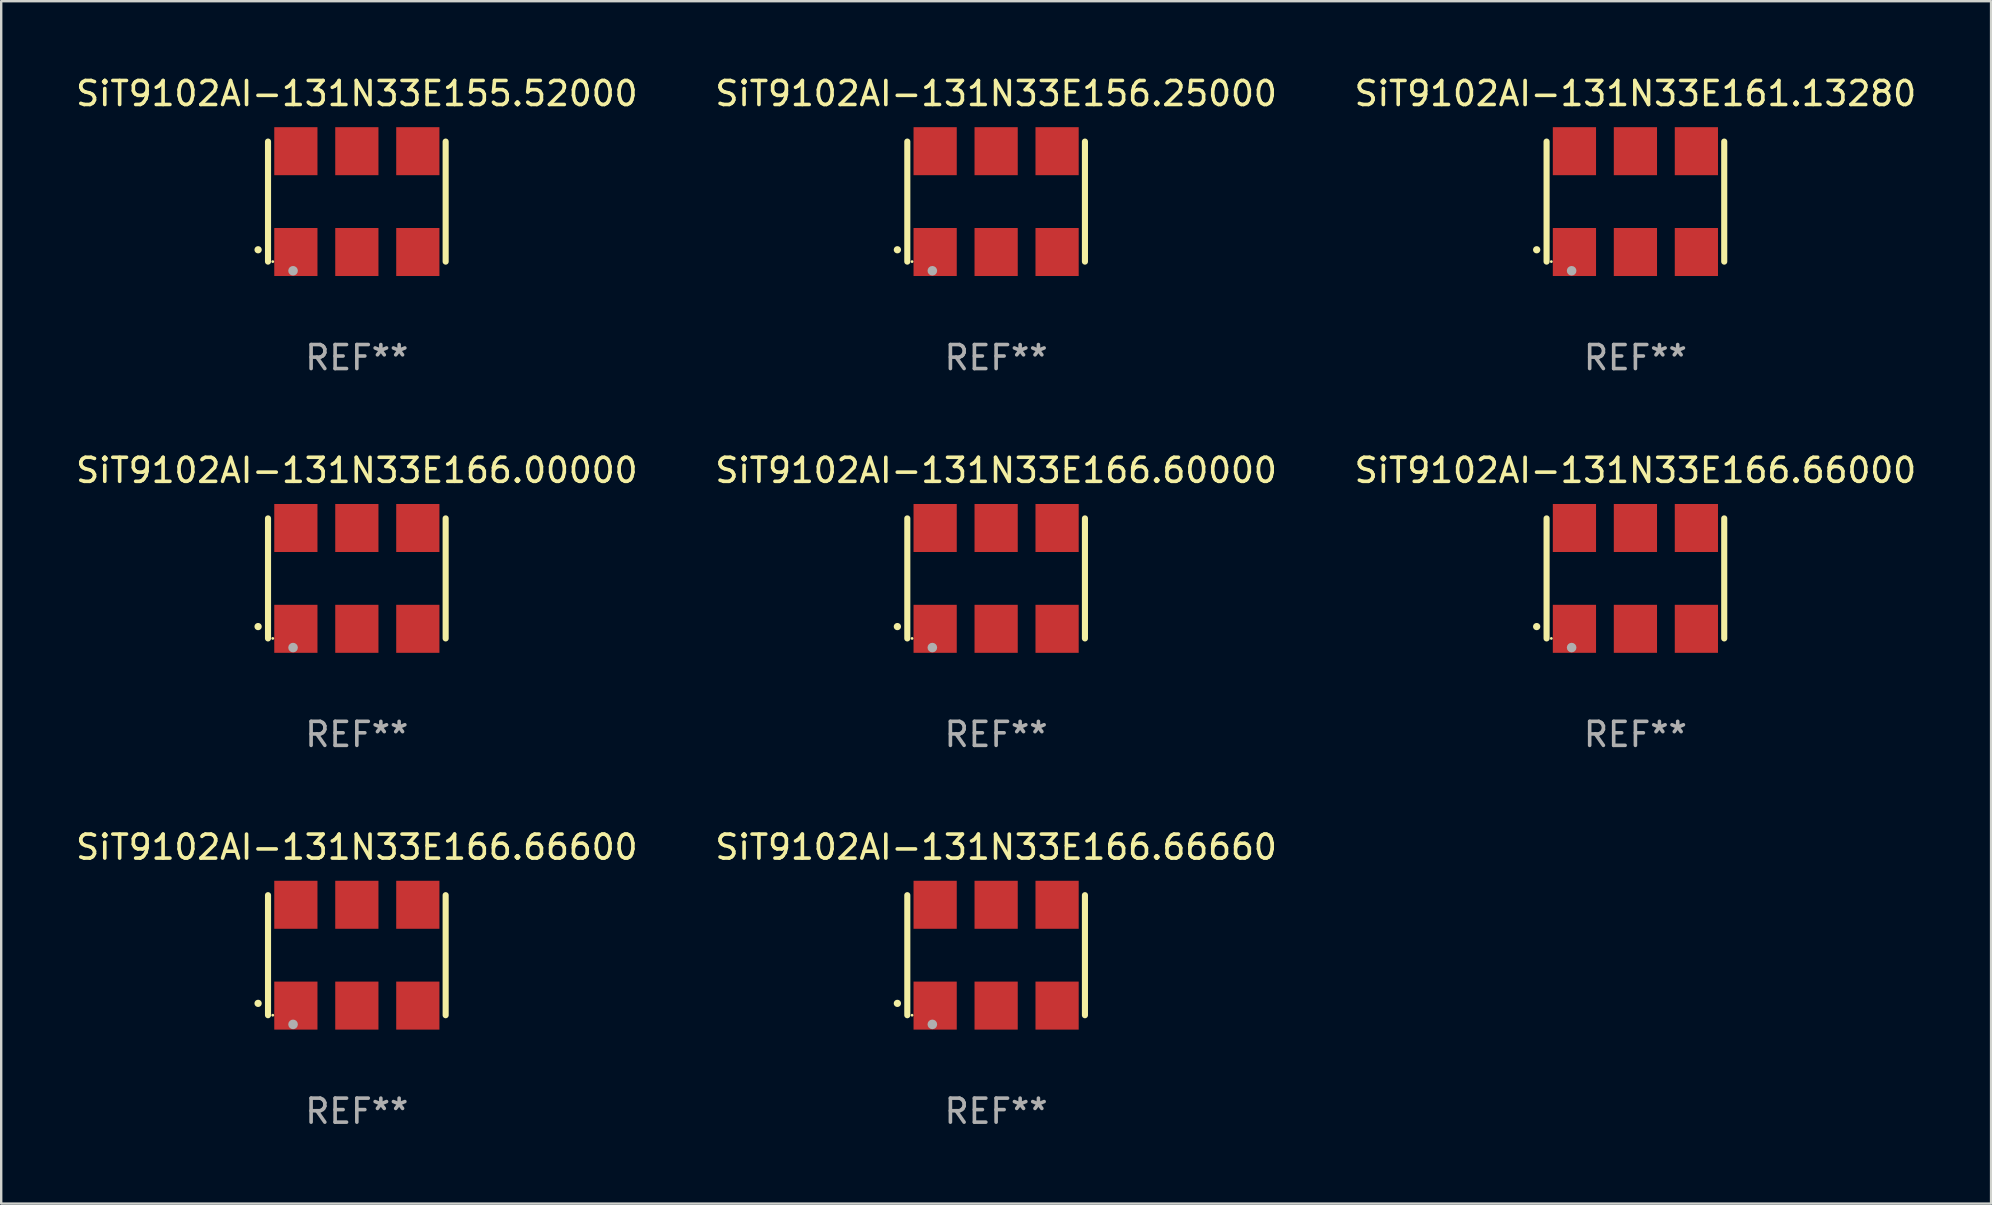
<source format=kicad_pcb>
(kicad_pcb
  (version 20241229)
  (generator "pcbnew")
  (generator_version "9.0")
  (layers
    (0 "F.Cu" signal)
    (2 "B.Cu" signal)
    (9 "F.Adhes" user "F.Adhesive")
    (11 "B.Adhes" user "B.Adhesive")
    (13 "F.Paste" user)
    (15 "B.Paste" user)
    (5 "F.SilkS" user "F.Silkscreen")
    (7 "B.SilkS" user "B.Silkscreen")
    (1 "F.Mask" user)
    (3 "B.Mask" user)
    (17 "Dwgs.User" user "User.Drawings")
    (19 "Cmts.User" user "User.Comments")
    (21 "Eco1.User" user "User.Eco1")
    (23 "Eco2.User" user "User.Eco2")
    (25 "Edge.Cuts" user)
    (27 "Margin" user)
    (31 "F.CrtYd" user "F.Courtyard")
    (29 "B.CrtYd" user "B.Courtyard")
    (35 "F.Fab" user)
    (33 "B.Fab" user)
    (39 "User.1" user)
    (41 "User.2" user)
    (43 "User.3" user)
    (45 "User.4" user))
  (footprint "SiT9102AI-131N33E166.66600"
    (layer "F.Cu")
    (at 11.815 36.741)
    (property "Reference" "SiT9102AI-131N33E166.66600" (at 0 -4.5 0) (layer "F.SilkS") (effects (font (size 1 1) (thickness 0.15))))
    (attr through_hole)
    (fp_line (start -3.7 -2.5) (end -3.7 2.5) (stroke (width 0.254) (type solid)) (layer "F.SilkS"))
    (fp_line (start 3.7 -2.5) (end 3.7 2.5) (stroke (width 0.254) (type solid)) (layer "F.SilkS"))
    (fp_arc (start -4.114415 2.006604) (mid -4.113145 2.006599) (end -4.111875 2.006604) (stroke (width 0.3) (type solid)) (layer "F.SilkS"))
    (fp_circle (center -3.502 2.5) (end -3.472 2.5) (stroke (width 0.06) (type solid)) (fill no) (layer "F.SilkS"))
    (fp_circle (center -2.657 2.882) (end -2.557 2.882) (stroke (width 0.2) (type solid)) (fill no) (layer "F.Fab"))
    (fp_text user "REF**" (at 0 6.5 0) (layer "F.Fab") (effects (font (size 1 1) (thickness 0.15))))
    (pad "1" smd rect (at -2.54 2.1) (size 1.8 2) (layers "F.Cu" "F.Mask" "F.Paste"))
    (pad "2" smd rect (at 0.000394 2.1) (size 1.8 2) (layers "F.Cu" "F.Mask" "F.Paste"))
    (pad "3" smd rect (at 2.54 2.1) (size 1.8 2) (layers "F.Cu" "F.Mask" "F.Paste"))
    (pad "4" smd rect (at 2.54 -2.1) (size 1.8 2) (layers "F.Cu" "F.Mask" "F.Paste"))
    (pad "5" smd rect (at 0.000394 -2.1) (size 1.8 2) (layers "F.Cu" "F.Mask" "F.Paste"))
    (pad "6" smd rect (at -2.54 -2.1) (size 1.8 2) (layers "F.Cu" "F.Mask" "F.Paste")))
  (footprint "SiT9102AI-131N33E166.00000"
    (layer "F.Cu")
    (at 11.815 21.045)
    (property "Reference" "SiT9102AI-131N33E166.00000" (at 0 -4.5 0) (layer "F.SilkS") (effects (font (size 1 1) (thickness 0.15))))
    (attr through_hole)
    (fp_line (start -3.7 -2.5) (end -3.7 2.5) (stroke (width 0.254) (type solid)) (layer "F.SilkS"))
    (fp_line (start 3.7 -2.5) (end 3.7 2.5) (stroke (width 0.254) (type solid)) (layer "F.SilkS"))
    (fp_arc (start -4.114415 2.006604) (mid -4.113145 2.006599) (end -4.111875 2.006604) (stroke (width 0.3) (type solid)) (layer "F.SilkS"))
    (fp_circle (center -3.502 2.5) (end -3.472 2.5) (stroke (width 0.06) (type solid)) (fill no) (layer "F.SilkS"))
    (fp_circle (center -2.657 2.882) (end -2.557 2.882) (stroke (width 0.2) (type solid)) (fill no) (layer "F.Fab"))
    (fp_text user "REF**" (at 0 6.5 0) (layer "F.Fab") (effects (font (size 1 1) (thickness 0.15))))
    (pad "1" smd rect (at -2.54 2.1) (size 1.8 2) (layers "F.Cu" "F.Mask" "F.Paste"))
    (pad "2" smd rect (at 0.000394 2.1) (size 1.8 2) (layers "F.Cu" "F.Mask" "F.Paste"))
    (pad "3" smd rect (at 2.54 2.1) (size 1.8 2) (layers "F.Cu" "F.Mask" "F.Paste"))
    (pad "4" smd rect (at 2.54 -2.1) (size 1.8 2) (layers "F.Cu" "F.Mask" "F.Paste"))
    (pad "5" smd rect (at 0.000394 -2.1) (size 1.8 2) (layers "F.Cu" "F.Mask" "F.Paste"))
    (pad "6" smd rect (at -2.54 -2.1) (size 1.8 2) (layers "F.Cu" "F.Mask" "F.Paste")))
  (footprint "SiT9102AI-131N33E156.25000"
    (layer "F.Cu")
    (at 38.446 5.348)
    (property "Reference" "SiT9102AI-131N33E156.25000" (at 0 -4.5 0) (layer "F.SilkS") (effects (font (size 1 1) (thickness 0.15))))
    (attr through_hole)
    (fp_line (start -3.7 -2.5) (end -3.7 2.5) (stroke (width 0.254) (type solid)) (layer "F.SilkS"))
    (fp_line (start 3.7 -2.5) (end 3.7 2.5) (stroke (width 0.254) (type solid)) (layer "F.SilkS"))
    (fp_arc (start -4.114415 2.006604) (mid -4.113145 2.006599) (end -4.111875 2.006604) (stroke (width 0.3) (type solid)) (layer "F.SilkS"))
    (fp_circle (center -3.502 2.5) (end -3.472 2.5) (stroke (width 0.06) (type solid)) (fill no) (layer "F.SilkS"))
    (fp_circle (center -2.657 2.882) (end -2.557 2.882) (stroke (width 0.2) (type solid)) (fill no) (layer "F.Fab"))
    (fp_text user "REF**" (at 0 6.5 0) (layer "F.Fab") (effects (font (size 1 1) (thickness 0.15))))
    (pad "1" smd rect (at -2.54 2.1) (size 1.8 2) (layers "F.Cu" "F.Mask" "F.Paste"))
    (pad "2" smd rect (at 0.000394 2.1) (size 1.8 2) (layers "F.Cu" "F.Mask" "F.Paste"))
    (pad "3" smd rect (at 2.54 2.1) (size 1.8 2) (layers "F.Cu" "F.Mask" "F.Paste"))
    (pad "4" smd rect (at 2.54 -2.1) (size 1.8 2) (layers "F.Cu" "F.Mask" "F.Paste"))
    (pad "5" smd rect (at 0.000394 -2.1) (size 1.8 2) (layers "F.Cu" "F.Mask" "F.Paste"))
    (pad "6" smd rect (at -2.54 -2.1) (size 1.8 2) (layers "F.Cu" "F.Mask" "F.Paste")))
  (footprint "SiT9102AI-131N33E155.52000"
    (layer "F.Cu")
    (at 11.815 5.348)
    (property "Reference" "SiT9102AI-131N33E155.52000" (at 0 -4.5 0) (layer "F.SilkS") (effects (font (size 1 1) (thickness 0.15))))
    (attr through_hole)
    (fp_line (start -3.7 -2.5) (end -3.7 2.5) (stroke (width 0.254) (type solid)) (layer "F.SilkS"))
    (fp_line (start 3.7 -2.5) (end 3.7 2.5) (stroke (width 0.254) (type solid)) (layer "F.SilkS"))
    (fp_arc (start -4.114415 2.006604) (mid -4.113145 2.006599) (end -4.111875 2.006604) (stroke (width 0.3) (type solid)) (layer "F.SilkS"))
    (fp_circle (center -3.502 2.5) (end -3.472 2.5) (stroke (width 0.06) (type solid)) (fill no) (layer "F.SilkS"))
    (fp_circle (center -2.657 2.882) (end -2.557 2.882) (stroke (width 0.2) (type solid)) (fill no) (layer "F.Fab"))
    (fp_text user "REF**" (at 0 6.5 0) (layer "F.Fab") (effects (font (size 1 1) (thickness 0.15))))
    (pad "1" smd rect (at -2.54 2.1) (size 1.8 2) (layers "F.Cu" "F.Mask" "F.Paste"))
    (pad "2" smd rect (at 0.000394 2.1) (size 1.8 2) (layers "F.Cu" "F.Mask" "F.Paste"))
    (pad "3" smd rect (at 2.54 2.1) (size 1.8 2) (layers "F.Cu" "F.Mask" "F.Paste"))
    (pad "4" smd rect (at 2.54 -2.1) (size 1.8 2) (layers "F.Cu" "F.Mask" "F.Paste"))
    (pad "5" smd rect (at 0.000394 -2.1) (size 1.8 2) (layers "F.Cu" "F.Mask" "F.Paste"))
    (pad "6" smd rect (at -2.54 -2.1) (size 1.8 2) (layers "F.Cu" "F.Mask" "F.Paste")))
  (footprint "SiT9102AI-131N33E166.66660"
    (layer "F.Cu")
    (at 38.446 36.741)
    (property "Reference" "SiT9102AI-131N33E166.66660" (at 0 -4.5 0) (layer "F.SilkS") (effects (font (size 1 1) (thickness 0.15))))
    (attr through_hole)
    (fp_line (start -3.7 -2.5) (end -3.7 2.5) (stroke (width 0.254) (type solid)) (layer "F.SilkS"))
    (fp_line (start 3.7 -2.5) (end 3.7 2.5) (stroke (width 0.254) (type solid)) (layer "F.SilkS"))
    (fp_arc (start -4.114415 2.006604) (mid -4.113145 2.006599) (end -4.111875 2.006604) (stroke (width 0.3) (type solid)) (layer "F.SilkS"))
    (fp_circle (center -3.502 2.5) (end -3.472 2.5) (stroke (width 0.06) (type solid)) (fill no) (layer "F.SilkS"))
    (fp_circle (center -2.657 2.882) (end -2.557 2.882) (stroke (width 0.2) (type solid)) (fill no) (layer "F.Fab"))
    (fp_text user "REF**" (at 0 6.5 0) (layer "F.Fab") (effects (font (size 1 1) (thickness 0.15))))
    (pad "1" smd rect (at -2.54 2.1) (size 1.8 2) (layers "F.Cu" "F.Mask" "F.Paste"))
    (pad "2" smd rect (at 0.000394 2.1) (size 1.8 2) (layers "F.Cu" "F.Mask" "F.Paste"))
    (pad "3" smd rect (at 2.54 2.1) (size 1.8 2) (layers "F.Cu" "F.Mask" "F.Paste"))
    (pad "4" smd rect (at 2.54 -2.1) (size 1.8 2) (layers "F.Cu" "F.Mask" "F.Paste"))
    (pad "5" smd rect (at 0.000394 -2.1) (size 1.8 2) (layers "F.Cu" "F.Mask" "F.Paste"))
    (pad "6" smd rect (at -2.54 -2.1) (size 1.8 2) (layers "F.Cu" "F.Mask" "F.Paste")))
  (footprint "SiT9102AI-131N33E161.13280"
    (layer "F.Cu")
    (at 65.077 5.348)
    (property "Reference" "SiT9102AI-131N33E161.13280" (at 0 -4.5 0) (layer "F.SilkS") (effects (font (size 1 1) (thickness 0.15))))
    (attr through_hole)
    (fp_line (start -3.7 -2.5) (end -3.7 2.5) (stroke (width 0.254) (type solid)) (layer "F.SilkS"))
    (fp_line (start 3.7 -2.5) (end 3.7 2.5) (stroke (width 0.254) (type solid)) (layer "F.SilkS"))
    (fp_arc (start -4.114415 2.006604) (mid -4.113145 2.006599) (end -4.111875 2.006604) (stroke (width 0.3) (type solid)) (layer "F.SilkS"))
    (fp_circle (center -3.502 2.5) (end -3.472 2.5) (stroke (width 0.06) (type solid)) (fill no) (layer "F.SilkS"))
    (fp_circle (center -2.657 2.882) (end -2.557 2.882) (stroke (width 0.2) (type solid)) (fill no) (layer "F.Fab"))
    (fp_text user "REF**" (at 0 6.5 0) (layer "F.Fab") (effects (font (size 1 1) (thickness 0.15))))
    (pad "1" smd rect (at -2.54 2.1) (size 1.8 2) (layers "F.Cu" "F.Mask" "F.Paste"))
    (pad "2" smd rect (at 0.000394 2.1) (size 1.8 2) (layers "F.Cu" "F.Mask" "F.Paste"))
    (pad "3" smd rect (at 2.54 2.1) (size 1.8 2) (layers "F.Cu" "F.Mask" "F.Paste"))
    (pad "4" smd rect (at 2.54 -2.1) (size 1.8 2) (layers "F.Cu" "F.Mask" "F.Paste"))
    (pad "5" smd rect (at 0.000394 -2.1) (size 1.8 2) (layers "F.Cu" "F.Mask" "F.Paste"))
    (pad "6" smd rect (at -2.54 -2.1) (size 1.8 2) (layers "F.Cu" "F.Mask" "F.Paste")))
  (footprint "SiT9102AI-131N33E166.66000"
    (layer "F.Cu")
    (at 65.077 21.045)
    (property "Reference" "SiT9102AI-131N33E166.66000" (at 0 -4.5 0) (layer "F.SilkS") (effects (font (size 1 1) (thickness 0.15))))
    (attr through_hole)
    (fp_line (start -3.7 -2.5) (end -3.7 2.5) (stroke (width 0.254) (type solid)) (layer "F.SilkS"))
    (fp_line (start 3.7 -2.5) (end 3.7 2.5) (stroke (width 0.254) (type solid)) (layer "F.SilkS"))
    (fp_arc (start -4.114415 2.006604) (mid -4.113145 2.006599) (end -4.111875 2.006604) (stroke (width 0.3) (type solid)) (layer "F.SilkS"))
    (fp_circle (center -3.502 2.5) (end -3.472 2.5) (stroke (width 0.06) (type solid)) (fill no) (layer "F.SilkS"))
    (fp_circle (center -2.657 2.882) (end -2.557 2.882) (stroke (width 0.2) (type solid)) (fill no) (layer "F.Fab"))
    (fp_text user "REF**" (at 0 6.5 0) (layer "F.Fab") (effects (font (size 1 1) (thickness 0.15))))
    (pad "1" smd rect (at -2.54 2.1) (size 1.8 2) (layers "F.Cu" "F.Mask" "F.Paste"))
    (pad "2" smd rect (at 0.000394 2.1) (size 1.8 2) (layers "F.Cu" "F.Mask" "F.Paste"))
    (pad "3" smd rect (at 2.54 2.1) (size 1.8 2) (layers "F.Cu" "F.Mask" "F.Paste"))
    (pad "4" smd rect (at 2.54 -2.1) (size 1.8 2) (layers "F.Cu" "F.Mask" "F.Paste"))
    (pad "5" smd rect (at 0.000394 -2.1) (size 1.8 2) (layers "F.Cu" "F.Mask" "F.Paste"))
    (pad "6" smd rect (at -2.54 -2.1) (size 1.8 2) (layers "F.Cu" "F.Mask" "F.Paste")))
  (footprint "SiT9102AI-131N33E166.60000"
    (layer "F.Cu")
    (at 38.446 21.045)
    (property "Reference" "SiT9102AI-131N33E166.60000" (at 0 -4.5 0) (layer "F.SilkS") (effects (font (size 1 1) (thickness 0.15))))
    (attr through_hole)
    (fp_line (start -3.7 -2.5) (end -3.7 2.5) (stroke (width 0.254) (type solid)) (layer "F.SilkS"))
    (fp_line (start 3.7 -2.5) (end 3.7 2.5) (stroke (width 0.254) (type solid)) (layer "F.SilkS"))
    (fp_arc (start -4.114415 2.006604) (mid -4.113145 2.006599) (end -4.111875 2.006604) (stroke (width 0.3) (type solid)) (layer "F.SilkS"))
    (fp_circle (center -3.502 2.5) (end -3.472 2.5) (stroke (width 0.06) (type solid)) (fill no) (layer "F.SilkS"))
    (fp_circle (center -2.657 2.882) (end -2.557 2.882) (stroke (width 0.2) (type solid)) (fill no) (layer "F.Fab"))
    (fp_text user "REF**" (at 0 6.5 0) (layer "F.Fab") (effects (font (size 1 1) (thickness 0.15))))
    (pad "1" smd rect (at -2.54 2.1) (size 1.8 2) (layers "F.Cu" "F.Mask" "F.Paste"))
    (pad "2" smd rect (at 0.000394 2.1) (size 1.8 2) (layers "F.Cu" "F.Mask" "F.Paste"))
    (pad "3" smd rect (at 2.54 2.1) (size 1.8 2) (layers "F.Cu" "F.Mask" "F.Paste"))
    (pad "4" smd rect (at 2.54 -2.1) (size 1.8 2) (layers "F.Cu" "F.Mask" "F.Paste"))
    (pad "5" smd rect (at 0.000394 -2.1) (size 1.8 2) (layers "F.Cu" "F.Mask" "F.Paste"))
    (pad "6" smd rect (at -2.54 -2.1) (size 1.8 2) (layers "F.Cu" "F.Mask" "F.Paste")))
  (gr_rect
    (start -3 -3)
    (end 79.893 47.09)
    (stroke (width 0.1) (type default))
    (fill no)
    (layer "Edge.Cuts")))
</source>
